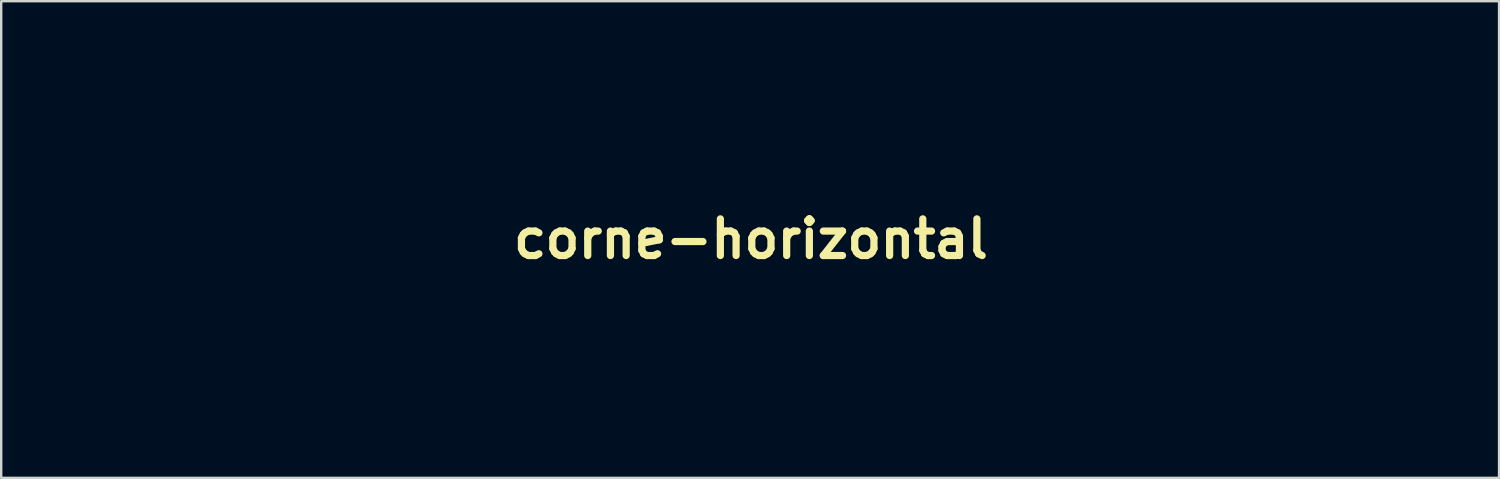
<source format=kicad_pcb>
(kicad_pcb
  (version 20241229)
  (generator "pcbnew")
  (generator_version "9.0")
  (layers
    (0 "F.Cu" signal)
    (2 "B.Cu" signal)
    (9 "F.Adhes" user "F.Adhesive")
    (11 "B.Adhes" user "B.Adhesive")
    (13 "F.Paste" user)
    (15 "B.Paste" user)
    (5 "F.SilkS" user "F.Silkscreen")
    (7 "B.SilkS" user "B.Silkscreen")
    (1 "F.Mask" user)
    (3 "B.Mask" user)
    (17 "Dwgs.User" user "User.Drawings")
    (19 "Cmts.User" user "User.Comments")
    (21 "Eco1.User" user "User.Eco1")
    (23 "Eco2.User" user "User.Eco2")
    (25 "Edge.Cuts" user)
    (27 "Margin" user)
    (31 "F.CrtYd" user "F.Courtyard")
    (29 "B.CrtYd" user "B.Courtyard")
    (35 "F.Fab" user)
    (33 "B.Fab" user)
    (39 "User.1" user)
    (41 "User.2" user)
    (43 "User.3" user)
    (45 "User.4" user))
  (footprint "corne-horizontal"
    (layer "F.Cu")
    (at 28.179 6.887)
    (property "Reference" "corne-horizontal" (at 0 0 0) (layer "F.SilkS") (effects (font (size 1.524 1.524) (thickness 0.3))))
    (attr through_hole)
    (fp_poly (pts (xy 27.94 -6.011) (xy 21.421 -6.011) (xy 21.421 -0.762) (xy 26.934 -0.762) (xy 26.908 -0.445) (xy 26.882 -0.127) (xy 24.151 -0.105) (xy 21.421 -0.082) (xy 21.421 6.011) (xy 28.109 6.011) (xy 28.109 6.689) (xy 20.743 6.689) (xy 20.743 -6.689) (xy 27.94 -6.689) (xy 27.94 -6.011)) (stroke (width 0.01) (type solid)) (fill yes) (layer "F.Mask"))
    (fp_poly (pts (xy 11.586 -1.926) (xy 12.109 -1.061) (xy 12.627 -0.202) (xy 13.13 0.634) (xy 13.608 1.43) (xy 14.052 2.168) (xy 14.449 2.832) (xy 14.791 3.404) (xy 15.067 3.867) (xy 15.266 4.205) (xy 15.283 4.233) (xy 15.538 4.668) (xy 15.762 5.05) (xy 15.942 5.354) (xy 16.064 5.56) (xy 16.114 5.644) (xy 16.115 5.644) (xy 16.117 5.564) (xy 16.118 5.328) (xy 16.118 4.949) (xy 16.118 4.44) (xy 16.117 3.815) (xy 16.115 3.087) (xy 16.113 2.269) (xy 16.11 1.374) (xy 16.107 0.416) (xy 16.103 -0.515) (xy 16.077 -6.689) (xy 16.764 -6.689) (xy 16.764 6.689) (xy 16.362 6.685) (xy 15.96 6.681) (xy 13.462 2.526) (xy 12.958 1.687) (xy 12.446 0.832) (xy 11.937 -0.017) (xy 11.445 -0.839) (xy 10.984 -1.612) (xy 10.567 -2.313) (xy 10.206 -2.92) (xy 9.915 -3.411) (xy 9.835 -3.545) (xy 9.531 -4.061) (xy 9.253 -4.528) (xy 9.014 -4.928) (xy 8.826 -5.24) (xy 8.7 -5.444) (xy 8.65 -5.52) (xy 8.641 -5.448) (xy 8.633 -5.219) (xy 8.627 -4.847) (xy 8.621 -4.345) (xy 8.617 -3.727) (xy 8.615 -3.005) (xy 8.613 -2.192) (xy 8.614 -1.303) (xy 8.615 -0.349) (xy 8.618 0.555) (xy 8.643 6.689) (xy 7.959 6.689) (xy 7.959 -6.689) (xy 8.707 -6.689) (xy 11.586 -1.926)) (stroke (width 0.01) (type solid)) (fill yes) (layer "F.Mask"))
    (fp_poly (pts (xy -21.767 -6.826) (xy -21.505 -6.778) (xy -20.943 -6.591) (xy -20.354 -6.302) (xy -19.809 -5.951) (xy -19.519 -5.714) (xy -19.104 -5.333) (xy -19.345 -5.081) (xy -19.586 -4.829) (xy -19.998 -5.214) (xy -20.3 -5.457) (xy -20.672 -5.701) (xy -20.978 -5.866) (xy -21.29 -6.001) (xy -21.568 -6.086) (xy -21.876 -6.135) (xy -22.279 -6.163) (xy -22.358 -6.166) (xy -22.781 -6.17) (xy -23.204 -6.152) (xy -23.556 -6.116) (xy -23.65 -6.099) (xy -24.424 -5.855) (xy -25.123 -5.468) (xy -25.74 -4.946) (xy -26.269 -4.3) (xy -26.706 -3.541) (xy -27.044 -2.678) (xy -27.278 -1.721) (xy -27.402 -0.68) (xy -27.411 0.435) (xy -27.405 0.543) (xy -27.284 1.647) (xy -27.046 2.657) (xy -26.698 3.56) (xy -26.241 4.347) (xy -25.792 4.895) (xy -25.166 5.453) (xy -24.498 5.854) (xy -23.763 6.113) (xy -22.987 6.235) (xy -22.164 6.22) (xy -21.36 6.041) (xy -20.59 5.704) (xy -19.871 5.215) (xy -19.675 5.047) (xy -19.159 4.58) (xy -18.703 5.056) (xy -19.292 5.602) (xy -19.628 5.887) (xy -19.999 6.161) (xy -20.338 6.376) (xy -20.418 6.419) (xy -21.166 6.712) (xy -21.992 6.884) (xy -22.848 6.931) (xy -23.687 6.848) (xy -23.834 6.818) (xy -24.688 6.548) (xy -25.462 6.135) (xy -26.151 5.589) (xy -26.748 4.919) (xy -27.249 4.134) (xy -27.647 3.243) (xy -27.938 2.256) (xy -28.115 1.181) (xy -28.174 0.029) (xy -28.162 -0.466) (xy -28.065 -1.568) (xy -27.875 -2.548) (xy -27.585 -3.428) (xy -27.188 -4.232) (xy -27.019 -4.505) (xy -26.438 -5.251) (xy -25.755 -5.87) (xy -24.984 -6.353) (xy -24.14 -6.688) (xy -23.968 -6.736) (xy -23.474 -6.825) (xy -22.896 -6.87) (xy -22.304 -6.871) (xy -21.767 -6.826)) (stroke (width 0.01) (type solid)) (fill yes) (layer "F.Mask"))
    (fp_poly (pts (xy -0.381 -6.642) (xy 0.432 -6.638) (xy 1.099 -6.627) (xy 1.643 -6.607) (xy 2.088 -6.573) (xy 2.456 -6.523) (xy 2.771 -6.454) (xy 3.055 -6.361) (xy 3.333 -6.243) (xy 3.628 -6.095) (xy 3.665 -6.075) (xy 4.171 -5.741) (xy 4.566 -5.32) (xy 4.888 -4.775) (xy 4.902 -4.745) (xy 4.996 -4.531) (xy 5.058 -4.334) (xy 5.096 -4.111) (xy 5.115 -3.822) (xy 5.122 -3.422) (xy 5.122 -3.217) (xy 5.119 -2.762) (xy 5.106 -2.434) (xy 5.077 -2.189) (xy 5.025 -1.987) (xy 4.945 -1.783) (xy 4.895 -1.675) (xy 4.51 -1.047) (xy 3.999 -0.519) (xy 3.381 -0.105) (xy 2.677 0.18) (xy 2.254 0.277) (xy 1.946 0.339) (xy 1.78 0.398) (xy 1.73 0.466) (xy 1.737 0.499) (xy 1.789 0.596) (xy 1.919 0.824) (xy 2.117 1.164) (xy 2.374 1.602) (xy 2.679 2.12) (xy 3.025 2.704) (xy 3.4 3.337) (xy 3.559 3.604) (xy 3.942 4.248) (xy 4.297 4.848) (xy 4.614 5.386) (xy 4.885 5.848) (xy 5.1 6.217) (xy 5.25 6.48) (xy 5.326 6.618) (xy 5.334 6.636) (xy 5.258 6.666) (xy 5.065 6.684) (xy 4.932 6.686) (xy 4.53 6.684) (xy 2.667 3.556) (xy 0.804 0.428) (xy -2.117 0.423) (xy -2.117 6.689) (xy -2.88 6.689) (xy -2.858 0.021) (xy -2.838 -6.011) (xy -2.117 -6.011) (xy -2.117 -0.146) (xy -0.233 -0.193) (xy 0.529 -0.216) (xy 1.137 -0.247) (xy 1.608 -0.285) (xy 1.956 -0.332) (xy 2.139 -0.373) (xy 2.837 -0.621) (xy 3.396 -0.949) (xy 3.83 -1.369) (xy 4.157 -1.894) (xy 4.18 -1.943) (xy 4.299 -2.337) (xy 4.362 -2.832) (xy 4.369 -3.367) (xy 4.319 -3.884) (xy 4.214 -4.323) (xy 4.165 -4.445) (xy 3.947 -4.842) (xy 3.683 -5.171) (xy 3.355 -5.436) (xy 2.948 -5.643) (xy 2.447 -5.799) (xy 1.835 -5.907) (xy 1.097 -5.975) (xy 0.216 -6.007) (xy -0.346 -6.011) (xy -2.117 -6.011) (xy -2.838 -6.011) (xy -2.836 -6.646) (xy -0.381 -6.642)) (stroke (width 0.01) (type solid)) (fill yes) (layer "F.Mask"))
    (fp_poly (pts (xy -10.498 -6.819) (xy -9.702 -6.626) (xy -8.976 -6.294) (xy -8.294 -5.81) (xy -7.872 -5.422) (xy -7.254 -4.69) (xy -6.759 -3.854) (xy -6.383 -2.908) (xy -6.125 -1.846) (xy -6.006 -0.959) (xy -5.964 0.289) (xy -6.068 1.497) (xy -6.317 2.647) (xy -6.708 3.721) (xy -6.828 3.977) (xy -7.228 4.655) (xy -7.729 5.287) (xy -8.294 5.838) (xy -8.892 6.272) (xy -9.162 6.419) (xy -10.011 6.741) (xy -10.908 6.906) (xy -11.828 6.914) (xy -12.531 6.81) (xy -13.209 6.611) (xy -13.819 6.314) (xy -14.403 5.894) (xy -14.864 5.469) (xy -15.294 5.005) (xy -15.622 4.571) (xy -15.892 4.11) (xy -15.896 4.102) (xy -16.307 3.139) (xy -16.603 2.082) (xy -16.779 0.967) (xy -16.816 0.102) (xy -16.072 0.102) (xy -16.054 0.524) (xy -15.932 1.632) (xy -15.711 2.612) (xy -15.388 3.479) (xy -14.956 4.246) (xy -14.41 4.927) (xy -14.374 4.965) (xy -13.734 5.519) (xy -13.028 5.919) (xy -12.265 6.162) (xy -11.453 6.245) (xy -10.601 6.166) (xy -10.476 6.141) (xy -9.718 5.896) (xy -9.024 5.5) (xy -8.404 4.965) (xy -7.867 4.3) (xy -7.423 3.516) (xy -7.082 2.622) (xy -7.031 2.448) (xy -6.859 1.643) (xy -6.754 0.753) (xy -6.723 -0.15) (xy -6.768 -0.957) (xy -6.946 -2.075) (xy -7.227 -3.059) (xy -7.611 -3.912) (xy -8.099 -4.635) (xy -8.694 -5.23) (xy -9.395 -5.7) (xy -9.54 -5.775) (xy -9.862 -5.93) (xy -10.115 -6.033) (xy -10.35 -6.097) (xy -10.622 -6.133) (xy -10.985 -6.155) (xy -11.201 -6.163) (xy -11.908 -6.157) (xy -12.508 -6.072) (xy -13.048 -5.897) (xy -13.577 -5.62) (xy -13.65 -5.574) (xy -14.269 -5.083) (xy -14.808 -4.455) (xy -15.261 -3.71) (xy -15.621 -2.864) (xy -15.88 -1.935) (xy -16.033 -0.941) (xy -16.072 0.102) (xy -16.816 0.102) (xy -16.828 -0.167) (xy -16.78 -0.986) (xy -16.613 -2.102) (xy -16.353 -3.088) (xy -15.994 -3.957) (xy -15.53 -4.724) (xy -14.953 -5.404) (xy -14.758 -5.592) (xy -14.05 -6.145) (xy -13.286 -6.542) (xy -12.455 -6.785) (xy -11.547 -6.88) (xy -11.388 -6.882) (xy -10.498 -6.819)) (stroke (width 0.01) (type solid)) (fill yes) (layer "F.Mask")))
  (gr_rect
    (start -3 -3)
    (end 59.293 16.823)
    (stroke (width 0.1) (type default))
    (fill no)
    (layer "Edge.Cuts")))
</source>
